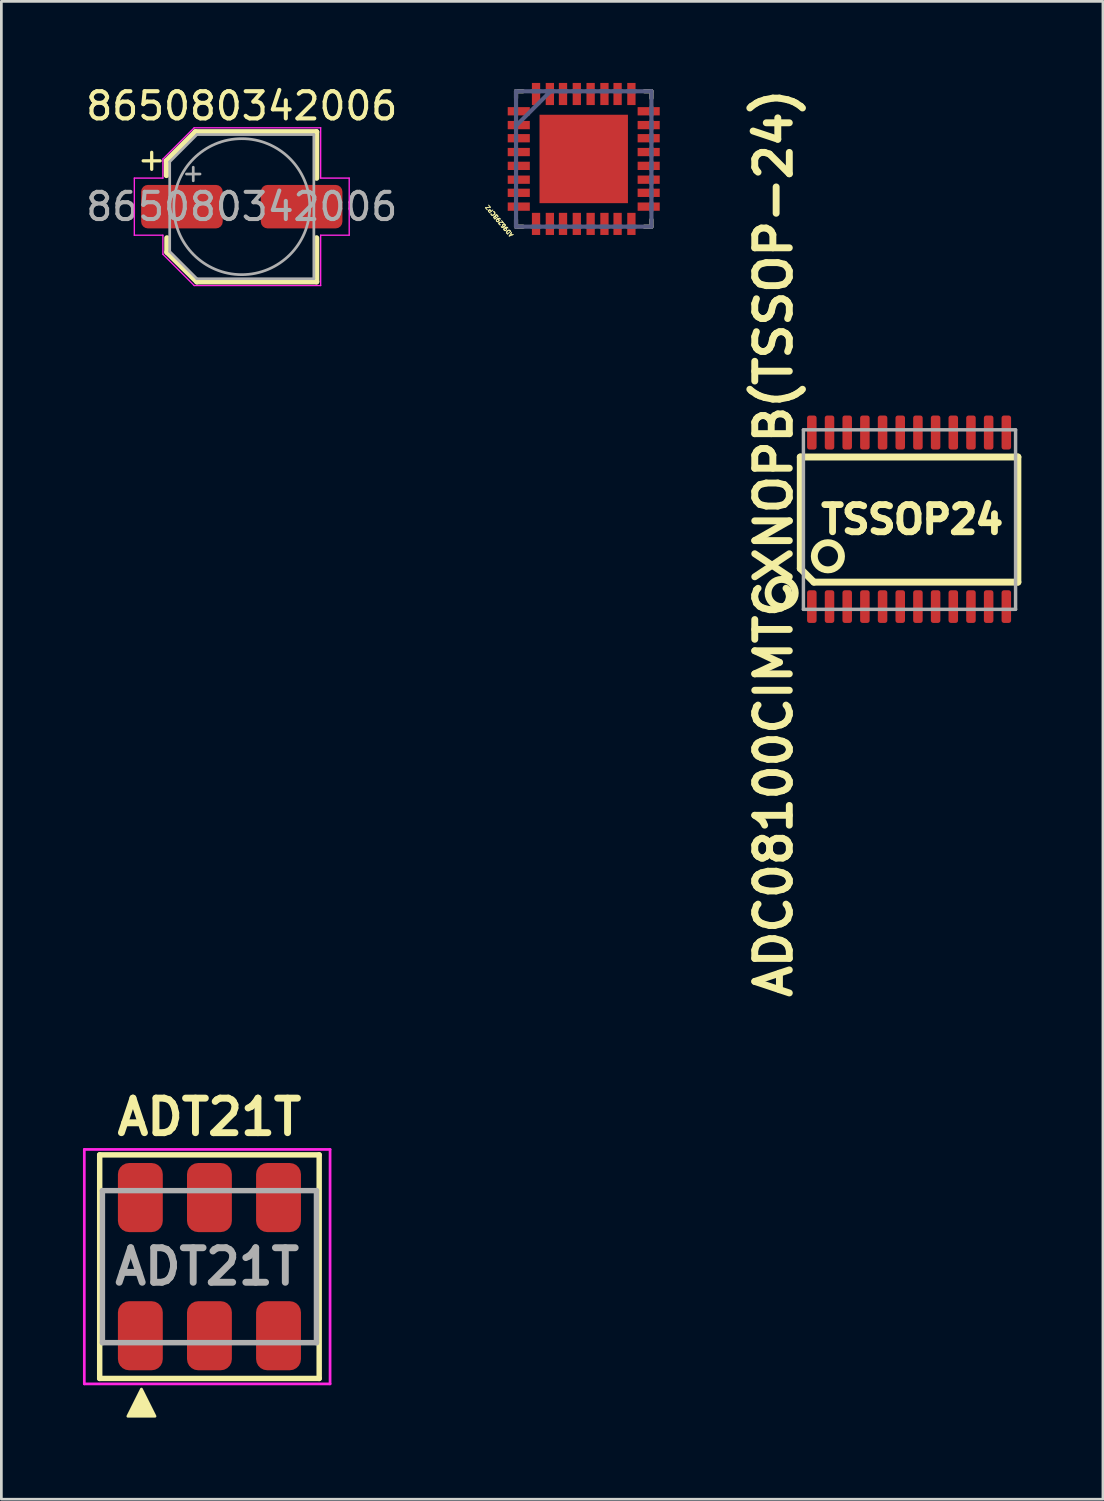
<source format=kicad_pcb>
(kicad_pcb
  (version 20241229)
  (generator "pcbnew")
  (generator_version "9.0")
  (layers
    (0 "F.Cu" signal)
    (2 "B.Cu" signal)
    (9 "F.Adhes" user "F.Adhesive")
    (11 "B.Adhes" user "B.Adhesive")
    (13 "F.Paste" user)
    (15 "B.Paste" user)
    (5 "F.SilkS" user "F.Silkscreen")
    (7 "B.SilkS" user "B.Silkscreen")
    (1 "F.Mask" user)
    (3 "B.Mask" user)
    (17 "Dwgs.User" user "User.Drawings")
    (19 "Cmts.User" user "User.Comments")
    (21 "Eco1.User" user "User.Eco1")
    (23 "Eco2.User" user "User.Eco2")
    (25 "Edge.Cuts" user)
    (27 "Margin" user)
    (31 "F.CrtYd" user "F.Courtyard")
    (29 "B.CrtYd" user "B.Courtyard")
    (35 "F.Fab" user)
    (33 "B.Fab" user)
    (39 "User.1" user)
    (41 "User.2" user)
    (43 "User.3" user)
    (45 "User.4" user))
  (footprint "AD9629BCPZ"
    (layer "F.Cu")
    (at 18.411 2.794)
    (property "Reference" "AD9629BCPZ" (at -2.551 2.793 130) (unlocked yes) (layer "F.SilkS") (effects (font (size 0.15 0.15) (thickness 0.05)) (justify left bottom)))
    (fp_line (start -2.489 -2.235) (end -2.489 -2.489) (stroke (width 0.152) (type solid)) (layer "F.SilkS"))
    (fp_line (start -2.489 2.489) (end -2.489 2.235) (stroke (width 0.152) (type solid)) (layer "F.SilkS"))
    (fp_line (start -2.235 -2.489) (end -2.489 -2.489) (stroke (width 0.152) (type solid)) (layer "F.SilkS"))
    (fp_line (start -2.235 2.489) (end -2.489 2.489) (stroke (width 0.152) (type solid)) (layer "F.SilkS"))
    (fp_line (start 2.489 -2.489) (end 2.235 -2.489) (stroke (width 0.152) (type solid)) (layer "F.SilkS"))
    (fp_line (start 2.489 -2.235) (end 2.489 -2.489) (stroke (width 0.152) (type solid)) (layer "F.SilkS"))
    (fp_line (start 2.489 2.489) (end 2.235 2.489) (stroke (width 0.152) (type solid)) (layer "F.SilkS"))
    (fp_line (start 2.489 2.489) (end 2.489 2.235) (stroke (width 0.152) (type solid)) (layer "F.SilkS"))
    (fp_line (start -2.489 -0.61) (end -2.489 -0.914) (stroke (width 0.152) (type solid)) (layer "B.Fab"))
    (fp_line (start -2.489 1.905) (end -2.489 1.6) (stroke (width 0.152) (type solid)) (layer "B.Fab"))
    (fp_line (start -2.489 0.406) (end -2.489 0.102) (stroke (width 0.152) (type solid)) (layer "B.Fab"))
    (fp_line (start -2.489 2.489) (end -2.489 -2.489) (stroke (width 0.152) (type solid)) (layer "B.Fab"))
    (fp_line (start -2.489 1.397) (end -2.489 1.092) (stroke (width 0.152) (type solid)) (layer "B.Fab"))
    (fp_line (start -2.489 -1.092) (end -2.489 -1.397) (stroke (width 0.152) (type solid)) (layer "B.Fab"))
    (fp_line (start -2.489 0.914) (end -2.489 0.61) (stroke (width 0.152) (type solid)) (layer "B.Fab"))
    (fp_line (start -2.489 -0.102) (end -2.489 -0.406) (stroke (width 0.152) (type solid)) (layer "B.Fab"))
    (fp_line (start -2.489 -1.6) (end -2.489 -1.905) (stroke (width 0.152) (type solid)) (layer "B.Fab"))
    (fp_line (start -2.489 -1.219) (end -1.219 -2.489) (stroke (width 0.152) (type solid)) (layer "B.Fab"))
    (fp_line (start -1.6 2.489) (end -1.905 2.489) (stroke (width 0.152) (type solid)) (layer "B.Fab"))
    (fp_line (start -1.6 -2.489) (end -1.905 -2.489) (stroke (width 0.152) (type solid)) (layer "B.Fab"))
    (fp_line (start -1.092 -2.489) (end -1.397 -2.489) (stroke (width 0.152) (type solid)) (layer "B.Fab"))
    (fp_line (start -1.092 2.489) (end -1.397 2.489) (stroke (width 0.152) (type solid)) (layer "B.Fab"))
    (fp_line (start -0.61 -2.489) (end -0.914 -2.489) (stroke (width 0.152) (type solid)) (layer "B.Fab"))
    (fp_line (start -0.61 2.489) (end -0.914 2.489) (stroke (width 0.152) (type solid)) (layer "B.Fab"))
    (fp_line (start -0.102 2.489) (end -0.406 2.489) (stroke (width 0.152) (type solid)) (layer "B.Fab"))
    (fp_line (start -0.102 -2.489) (end -0.406 -2.489) (stroke (width 0.152) (type solid)) (layer "B.Fab"))
    (fp_line (start 0.406 2.489) (end 0.102 2.489) (stroke (width 0.152) (type solid)) (layer "B.Fab"))
    (fp_line (start 0.406 -2.489) (end 0.102 -2.489) (stroke (width 0.152) (type solid)) (layer "B.Fab"))
    (fp_line (start 0.914 -2.489) (end 0.61 -2.489) (stroke (width 0.152) (type solid)) (layer "B.Fab"))
    (fp_line (start 0.914 2.489) (end 0.61 2.489) (stroke (width 0.152) (type solid)) (layer "B.Fab"))
    (fp_line (start 1.397 2.489) (end 1.092 2.489) (stroke (width 0.152) (type solid)) (layer "B.Fab"))
    (fp_line (start 1.397 -2.489) (end 1.092 -2.489) (stroke (width 0.152) (type solid)) (layer "B.Fab"))
    (fp_line (start 1.905 2.489) (end 1.6 2.489) (stroke (width 0.152) (type solid)) (layer "B.Fab"))
    (fp_line (start 1.905 -2.489) (end 1.6 -2.489) (stroke (width 0.152) (type solid)) (layer "B.Fab"))
    (fp_line (start 2.489 -1.6) (end 2.489 -1.905) (stroke (width 0.152) (type solid)) (layer "B.Fab"))
    (fp_line (start 2.489 0.406) (end 2.489 0.102) (stroke (width 0.152) (type solid)) (layer "B.Fab"))
    (fp_line (start 2.489 -2.489) (end -2.489 -2.489) (stroke (width 0.152) (type solid)) (layer "B.Fab"))
    (fp_line (start 2.489 1.397) (end 2.489 1.092) (stroke (width 0.152) (type solid)) (layer "B.Fab"))
    (fp_line (start 2.489 -1.092) (end 2.489 -1.397) (stroke (width 0.152) (type solid)) (layer "B.Fab"))
    (fp_line (start 2.489 -0.102) (end 2.489 -0.406) (stroke (width 0.152) (type solid)) (layer "B.Fab"))
    (fp_line (start 2.489 0.914) (end 2.489 0.61) (stroke (width 0.152) (type solid)) (layer "B.Fab"))
    (fp_line (start 2.489 1.905) (end 2.489 1.6) (stroke (width 0.152) (type solid)) (layer "B.Fab"))
    (fp_line (start 2.489 -0.61) (end 2.489 -0.914) (stroke (width 0.152) (type solid)) (layer "B.Fab"))
    (fp_line (start 2.489 2.489) (end -2.489 2.489) (stroke (width 0.152) (type solid)) (layer "B.Fab"))
    (fp_line (start 2.489 2.489) (end 2.489 -2.489) (stroke (width 0.152) (type solid)) (layer "B.Fab"))
    (pad "1" smd rect (at -2.388 -1.753) (size 0.813 0.305) (layers "F.Cu" "F.Mask" "F.Paste"))
    (pad "2" smd rect (at -2.388 -1.245) (size 0.813 0.305) (layers "F.Cu" "F.Mask" "F.Paste"))
    (pad "3" smd rect (at -2.388 -0.762) (size 0.813 0.305) (layers "F.Cu" "F.Mask" "F.Paste"))
    (pad "4" smd rect (at -2.388 -0.254) (size 0.813 0.305) (layers "F.Cu" "F.Mask" "F.Paste"))
    (pad "5" smd rect (at -2.388 0.254) (size 0.813 0.305) (layers "F.Cu" "F.Mask" "F.Paste"))
    (pad "6" smd rect (at -2.388 0.762) (size 0.813 0.305) (layers "F.Cu" "F.Mask" "F.Paste"))
    (pad "7" smd rect (at -2.388 1.245) (size 0.813 0.305) (layers "F.Cu" "F.Mask" "F.Paste"))
    (pad "8" smd rect (at -2.388 1.753) (size 0.813 0.305) (layers "F.Cu" "F.Mask" "F.Paste"))
    (pad "9" smd rect (at -1.753 2.388 90) (size 0.813 0.305) (layers "F.Cu" "F.Mask" "F.Paste"))
    (pad "10" smd rect (at -1.245 2.388 90) (size 0.813 0.305) (layers "F.Cu" "F.Mask" "F.Paste"))
    (pad "11" smd rect (at -0.762 2.388 90) (size 0.813 0.305) (layers "F.Cu" "F.Mask" "F.Paste"))
    (pad "12" smd rect (at -0.254 2.388 90) (size 0.813 0.305) (layers "F.Cu" "F.Mask" "F.Paste"))
    (pad "13" smd rect (at 0.254 2.388 90) (size 0.813 0.305) (layers "F.Cu" "F.Mask" "F.Paste"))
    (pad "14" smd rect (at 0.762 2.388 90) (size 0.813 0.305) (layers "F.Cu" "F.Mask" "F.Paste"))
    (pad "15" smd rect (at 1.245 2.388 90) (size 0.813 0.305) (layers "F.Cu" "F.Mask" "F.Paste"))
    (pad "16" smd rect (at 1.753 2.388 90) (size 0.813 0.305) (layers "F.Cu" "F.Mask" "F.Paste"))
    (pad "17" smd rect (at 2.388 1.753) (size 0.813 0.305) (layers "F.Cu" "F.Mask" "F.Paste"))
    (pad "18" smd rect (at 2.388 1.245) (size 0.813 0.305) (layers "F.Cu" "F.Mask" "F.Paste"))
    (pad "19" smd rect (at 2.388 0.762) (size 0.813 0.305) (layers "F.Cu" "F.Mask" "F.Paste"))
    (pad "20" smd rect (at 2.388 0.254) (size 0.813 0.305) (layers "F.Cu" "F.Mask" "F.Paste"))
    (pad "21" smd rect (at 2.388 -0.254) (size 0.813 0.305) (layers "F.Cu" "F.Mask" "F.Paste"))
    (pad "22" smd rect (at 2.388 -0.762) (size 0.813 0.305) (layers "F.Cu" "F.Mask" "F.Paste"))
    (pad "23" smd rect (at 2.388 -1.245) (size 0.813 0.305) (layers "F.Cu" "F.Mask" "F.Paste"))
    (pad "24" smd rect (at 2.388 -1.753) (size 0.813 0.305) (layers "F.Cu" "F.Mask" "F.Paste"))
    (pad "25" smd rect (at 1.753 -2.388 90) (size 0.813 0.305) (layers "F.Cu" "F.Mask" "F.Paste"))
    (pad "26" smd rect (at 1.245 -2.388 90) (size 0.813 0.305) (layers "F.Cu" "F.Mask" "F.Paste"))
    (pad "27" smd rect (at 0.762 -2.388 90) (size 0.813 0.305) (layers "F.Cu" "F.Mask" "F.Paste"))
    (pad "28" smd rect (at 0.254 -2.388 90) (size 0.813 0.305) (layers "F.Cu" "F.Mask" "F.Paste"))
    (pad "29" smd rect (at -0.254 -2.388 90) (size 0.813 0.305) (layers "F.Cu" "F.Mask" "F.Paste"))
    (pad "30" smd rect (at -0.762 -2.388 90) (size 0.813 0.305) (layers "F.Cu" "F.Mask" "F.Paste"))
    (pad "31" smd rect (at -1.245 -2.388 90) (size 0.813 0.305) (layers "F.Cu" "F.Mask" "F.Paste"))
    (pad "32" smd rect (at -1.753 -2.388 90) (size 0.813 0.305) (layers "F.Cu" "F.Mask" "F.Paste"))
    (pad "33" smd rect (at 0 0) (size 3.251 3.251) (layers "F.Cu" "F.Mask" "F.Paste")))
  (footprint "ADC08100CIMTCXNOPB(TSSOP-24)"
    (layer "F.Cu")
    (at 30.373 16.052)
    (property "Reference" "ADC08100CIMTCXNOPB(TSSOP-24)" (at -4.978 0.864 90) (layer "F.SilkS") (effects (font (size 1.27 1.27) (thickness 0.254))))
    (attr smd)
    (fp_line (start -4 -2.3) (end -4 1.8) (stroke (width 0.254) (type solid)) (layer "F.SilkS"))
    (fp_line (start -4 -2.3) (end 4 -2.3) (stroke (width 0.254) (type solid)) (layer "F.SilkS"))
    (fp_line (start -4 1.8) (end -3.5 2.3) (stroke (width 0.254) (type solid)) (layer "F.SilkS"))
    (fp_line (start -3.5 2.3) (end 4 2.3) (stroke (width 0.254) (type solid)) (layer "F.SilkS"))
    (fp_line (start 4 -2.3) (end 4 2.3) (stroke (width 0.254) (type solid)) (layer "F.SilkS"))
    (fp_circle (center -4.685 2.7) (end -4.185 2.7) (stroke (width 0.254) (type solid)) (fill no) (layer "F.SilkS"))
    (fp_circle (center -2.985 1.35) (end -2.485 1.35) (stroke (width 0.254) (type solid)) (fill no) (layer "F.SilkS"))
    (fp_line (start -3.885 -3.3) (end 3.915 -3.3) (stroke (width 0.127) (type solid)) (layer "F.Fab"))
    (fp_line (start -3.885 3.3) (end -3.885 -3.3) (stroke (width 0.127) (type solid)) (layer "F.Fab"))
    (fp_line (start 3.915 -3.3) (end 3.915 3.3) (stroke (width 0.127) (type solid)) (layer "F.Fab"))
    (fp_line (start 3.915 3.3) (end -3.885 3.3) (stroke (width 0.127) (type solid)) (layer "F.Fab"))
    (fp_text user "TSSOP24" (at 0.115 0 0) (layer "F.SilkS") (effects (font (size 1 1) (thickness 0.25))))
    (pad "1" smd roundrect (at -3.575 3.2) (size 0.35 1.2) (layers "F.Cu" "F.Mask" "F.Paste") (roundrect_rratio 0.25))
    (pad "2" smd roundrect (at -2.925 3.2) (size 0.35 1.2) (layers "F.Cu" "F.Mask" "F.Paste") (roundrect_rratio 0.25))
    (pad "3" smd roundrect (at -2.275 3.2) (size 0.35 1.2) (layers "F.Cu" "F.Mask" "F.Paste") (roundrect_rratio 0.25))
    (pad "4" smd roundrect (at -1.625 3.2) (size 0.35 1.2) (layers "F.Cu" "F.Mask" "F.Paste") (roundrect_rratio 0.25))
    (pad "5" smd roundrect (at -0.975 3.2) (size 0.35 1.2) (layers "F.Cu" "F.Mask" "F.Paste") (roundrect_rratio 0.25))
    (pad "6" smd roundrect (at -0.325 3.2) (size 0.35 1.2) (layers "F.Cu" "F.Mask" "F.Paste") (roundrect_rratio 0.25))
    (pad "7" smd roundrect (at 0.325 3.2) (size 0.35 1.2) (layers "F.Cu" "F.Mask" "F.Paste") (roundrect_rratio 0.25))
    (pad "8" smd roundrect (at 0.975 3.2) (size 0.35 1.2) (layers "F.Cu" "F.Mask" "F.Paste") (roundrect_rratio 0.25))
    (pad "9" smd roundrect (at 1.625 3.2) (size 0.35 1.2) (layers "F.Cu" "F.Mask" "F.Paste") (roundrect_rratio 0.25))
    (pad "10" smd roundrect (at 2.275 3.2) (size 0.35 1.2) (layers "F.Cu" "F.Mask" "F.Paste") (roundrect_rratio 0.25))
    (pad "11" smd roundrect (at 2.925 3.2) (size 0.35 1.2) (layers "F.Cu" "F.Mask" "F.Paste") (roundrect_rratio 0.25))
    (pad "12" smd roundrect (at 3.575 3.2) (size 0.35 1.2) (layers "F.Cu" "F.Mask" "F.Paste") (roundrect_rratio 0.25))
    (pad "13" smd roundrect (at 3.575 -3.2) (size 0.35 1.25) (layers "F.Cu" "F.Mask" "F.Paste") (roundrect_rratio 0.25))
    (pad "14" smd roundrect (at 2.925 -3.2) (size 0.35 1.25) (layers "F.Cu" "F.Mask" "F.Paste") (roundrect_rratio 0.25))
    (pad "15" smd roundrect (at 2.275 -3.2) (size 0.35 1.25) (layers "F.Cu" "F.Mask" "F.Paste") (roundrect_rratio 0.25))
    (pad "16" smd roundrect (at 1.625 -3.2) (size 0.35 1.25) (layers "F.Cu" "F.Mask" "F.Paste") (roundrect_rratio 0.25))
    (pad "17" smd roundrect (at 0.975 -3.2) (size 0.35 1.25) (layers "F.Cu" "F.Mask" "F.Paste") (roundrect_rratio 0.25))
    (pad "18" smd roundrect (at 0.325 -3.2) (size 0.35 1.25) (layers "F.Cu" "F.Mask" "F.Paste") (roundrect_rratio 0.25))
    (pad "19" smd roundrect (at -0.325 -3.2) (size 0.35 1.25) (layers "F.Cu" "F.Mask" "F.Paste") (roundrect_rratio 0.25))
    (pad "20" smd roundrect (at -0.975 -3.2) (size 0.35 1.25) (layers "F.Cu" "F.Mask" "F.Paste") (roundrect_rratio 0.25))
    (pad "21" smd roundrect (at -1.625 -3.2) (size 0.35 1.25) (layers "F.Cu" "F.Mask" "F.Paste") (roundrect_rratio 0.25))
    (pad "22" smd roundrect (at -2.275 -3.2) (size 0.35 1.25) (layers "F.Cu" "F.Mask" "F.Paste") (roundrect_rratio 0.25))
    (pad "23" smd roundrect (at -2.925 -3.2) (size 0.35 1.25) (layers "F.Cu" "F.Mask" "F.Paste") (roundrect_rratio 0.25))
    (pad "24" smd roundrect (at -3.575 -3.2) (size 0.35 1.25) (layers "F.Cu" "F.Mask" "F.Paste") (roundrect_rratio 0.25)))
  (footprint "865080342006"
    (layer "F.Cu")
    (at 5.839 4.548)
    (property "Reference" "865080342006" (at 0 -3.7 0) (layer "F.SilkS") (effects (font (size 1 1) (thickness 0.15))))
    (attr smd)
    (fp_line (start -3.625 -1.685) (end -3 -1.685) (stroke (width 0.12) (type solid)) (layer "F.SilkS"))
    (fp_line (start -3.312 -1.998) (end -3.312 -1.373) (stroke (width 0.12) (type solid)) (layer "F.SilkS"))
    (fp_line (start -2.77 -1.686) (end -2.77 -1.15) (stroke (width 0.2) (type solid)) (layer "F.SilkS"))
    (fp_line (start -2.77 -1.686) (end -1.706 -2.75) (stroke (width 0.2) (type solid)) (layer "F.SilkS"))
    (fp_line (start -2.75 1.675) (end -2.75 1.15) (stroke (width 0.2) (type solid)) (layer "F.SilkS"))
    (fp_line (start -2.75 1.675) (end -1.65 2.76) (stroke (width 0.2) (type solid)) (layer "F.SilkS"))
    (fp_line (start -1.706 -2.75) (end 2.75 -2.75) (stroke (width 0.2) (type solid)) (layer "F.SilkS"))
    (fp_line (start -1.65 2.76) (end 2.75 2.76) (stroke (width 0.2) (type solid)) (layer "F.SilkS"))
    (fp_line (start 2.75 -2.75) (end 2.75 -1.05) (stroke (width 0.2) (type solid)) (layer "F.SilkS"))
    (fp_line (start 2.75 2.76) (end 2.75 1.15) (stroke (width 0.2) (type solid)) (layer "F.SilkS"))
    (fp_line (start -3.95 -1.05) (end -3.95 1.05) (stroke (width 0.05) (type solid)) (layer "F.CrtYd"))
    (fp_line (start -3.95 1.05) (end -2.9 1.05) (stroke (width 0.05) (type solid)) (layer "F.CrtYd"))
    (fp_line (start -2.9 -1.75) (end -2.9 -1.05) (stroke (width 0.05) (type solid)) (layer "F.CrtYd"))
    (fp_line (start -2.9 -1.75) (end -1.75 -2.9) (stroke (width 0.05) (type solid)) (layer "F.CrtYd"))
    (fp_line (start -2.9 -1.05) (end -3.95 -1.05) (stroke (width 0.05) (type solid)) (layer "F.CrtYd"))
    (fp_line (start -2.9 1.05) (end -2.9 1.75) (stroke (width 0.05) (type solid)) (layer "F.CrtYd"))
    (fp_line (start -2.9 1.75) (end -1.75 2.9) (stroke (width 0.05) (type solid)) (layer "F.CrtYd"))
    (fp_line (start -1.75 -2.9) (end 2.9 -2.9) (stroke (width 0.05) (type solid)) (layer "F.CrtYd"))
    (fp_line (start -1.75 2.9) (end 2.9 2.9) (stroke (width 0.05) (type solid)) (layer "F.CrtYd"))
    (fp_line (start 2.9 -2.9) (end 2.9 -1.05) (stroke (width 0.05) (type solid)) (layer "F.CrtYd"))
    (fp_line (start 2.9 -1.05) (end 3.95 -1.05) (stroke (width 0.05) (type solid)) (layer "F.CrtYd"))
    (fp_line (start 2.9 1.05) (end 2.9 2.9) (stroke (width 0.05) (type solid)) (layer "F.CrtYd"))
    (fp_line (start 3.95 -1.05) (end 3.95 1.05) (stroke (width 0.05) (type solid)) (layer "F.CrtYd"))
    (fp_line (start 3.95 1.05) (end 2.9 1.05) (stroke (width 0.05) (type solid)) (layer "F.CrtYd"))
    (fp_line (start -2.65 -1.65) (end -2.65 1.65) (stroke (width 0.1) (type solid)) (layer "F.Fab"))
    (fp_line (start -2.65 -1.65) (end -1.65 -2.65) (stroke (width 0.1) (type solid)) (layer "F.Fab"))
    (fp_line (start -2.65 1.65) (end -1.65 2.65) (stroke (width 0.1) (type solid)) (layer "F.Fab"))
    (fp_line (start -2.034 -1.2) (end -1.534 -1.2) (stroke (width 0.1) (type solid)) (layer "F.Fab"))
    (fp_line (start -1.784 -1.45) (end -1.784 -0.95) (stroke (width 0.1) (type solid)) (layer "F.Fab"))
    (fp_line (start -1.65 -2.65) (end 2.65 -2.65) (stroke (width 0.1) (type solid)) (layer "F.Fab"))
    (fp_line (start -1.65 2.65) (end 2.65 2.65) (stroke (width 0.1) (type solid)) (layer "F.Fab"))
    (fp_line (start 2.65 -2.65) (end 2.65 2.65) (stroke (width 0.1) (type solid)) (layer "F.Fab"))
    (fp_circle (center 0 0) (end 2.5 0) (stroke (width 0.1) (type solid)) (fill no) (layer "F.Fab"))
    (fp_text user "${REFERENCE}" (at 0 0 0) (layer "F.Fab") (effects (font (size 1 1) (thickness 0.15))))
    (pad "1" smd roundrect (at -2.2 0) (size 3 1.6) (layers "F.Cu" "F.Mask" "F.Paste") (roundrect_rratio 0.156))
    (pad "2" smd roundrect (at 2.2 0) (size 3 1.6) (layers "F.Cu" "F.Mask" "F.Paste") (roundrect_rratio 0.156)))
  (footprint "ADT21T"
    (layer "F.Cu")
    (at 4.65 43.519)
    (property "Reference" "ADT21T" (at 0 -5.5 0) (layer "F.SilkS") (effects (font (size 1.27 1.27) (thickness 0.254))))
    (attr smd)
    (fp_line (start -4.035 -4.11) (end -4.035 4.11) (stroke (width 0.2) (type solid)) (layer "F.SilkS"))
    (fp_line (start -4.035 -4.11) (end 4.035 -4.11) (stroke (width 0.2) (type solid)) (layer "F.SilkS"))
    (fp_line (start -4.035 4.11) (end 4.035 4.11) (stroke (width 0.2) (type solid)) (layer "F.SilkS"))
    (fp_line (start 4.035 -4.11) (end 4.035 4.11) (stroke (width 0.2) (type solid)) (layer "F.SilkS"))
    (fp_poly (pts (xy -2 5.5) (xy -3 5.5) (xy -2.5 4.5)) (stroke (width 0.1) (type solid)) (fill yes) (layer "F.SilkS"))
    (fp_line (start -4.6 -4.31) (end 4.435 -4.31) (stroke (width 0.1) (type solid)) (layer "F.CrtYd"))
    (fp_line (start -4.6 4.31) (end -4.6 -4.31) (stroke (width 0.1) (type solid)) (layer "F.CrtYd"))
    (fp_line (start 4.435 -4.31) (end 4.435 4.31) (stroke (width 0.1) (type solid)) (layer "F.CrtYd"))
    (fp_line (start 4.435 4.31) (end -4.6 4.31) (stroke (width 0.1) (type solid)) (layer "F.CrtYd"))
    (fp_line (start -3.935 -2.795) (end 3.935 -2.795) (stroke (width 0.2) (type solid)) (layer "F.Fab"))
    (fp_line (start -3.935 2.795) (end -3.935 -2.795) (stroke (width 0.2) (type solid)) (layer "F.Fab"))
    (fp_line (start 3.935 -2.795) (end 3.935 2.795) (stroke (width 0.2) (type solid)) (layer "F.Fab"))
    (fp_line (start 3.935 2.795) (end -3.935 2.795) (stroke (width 0.2) (type solid)) (layer "F.Fab"))
    (fp_text user "${REFERENCE}" (at -0.083 0 0) (layer "F.Fab") (effects (font (size 1.27 1.27) (thickness 0.254))))
    (pad "1" smd roundrect (at -2.54 2.54) (size 1.65 2.54) (layers "F.Cu" "F.Mask" "F.Paste") (roundrect_rratio 0.25))
    (pad "2" smd roundrect (at 0 2.54) (size 1.65 2.54) (layers "F.Cu" "F.Mask" "F.Paste") (roundrect_rratio 0.25))
    (pad "3" smd roundrect (at 2.54 2.54) (size 1.65 2.54) (layers "F.Cu" "F.Mask" "F.Paste") (roundrect_rratio 0.25))
    (pad "4" smd roundrect (at 2.54 -2.54) (size 1.65 2.54) (layers "F.Cu" "F.Mask" "F.Paste") (roundrect_rratio 0.25))
    (pad "5" smd roundrect (at 0 -2.54) (size 1.65 2.54) (layers "F.Cu" "F.Mask" "F.Paste") (roundrect_rratio 0.25))
    (pad "6" smd roundrect (at -2.54 -2.54) (size 1.65 2.54) (layers "F.Cu" "F.Mask" "F.Paste") (roundrect_rratio 0.25)))
  (gr_rect
    (start -3 -3)
    (end 37.5 52.069)
    (stroke (width 0.1) (type default))
    (fill no)
    (layer "Edge.Cuts")))
</source>
